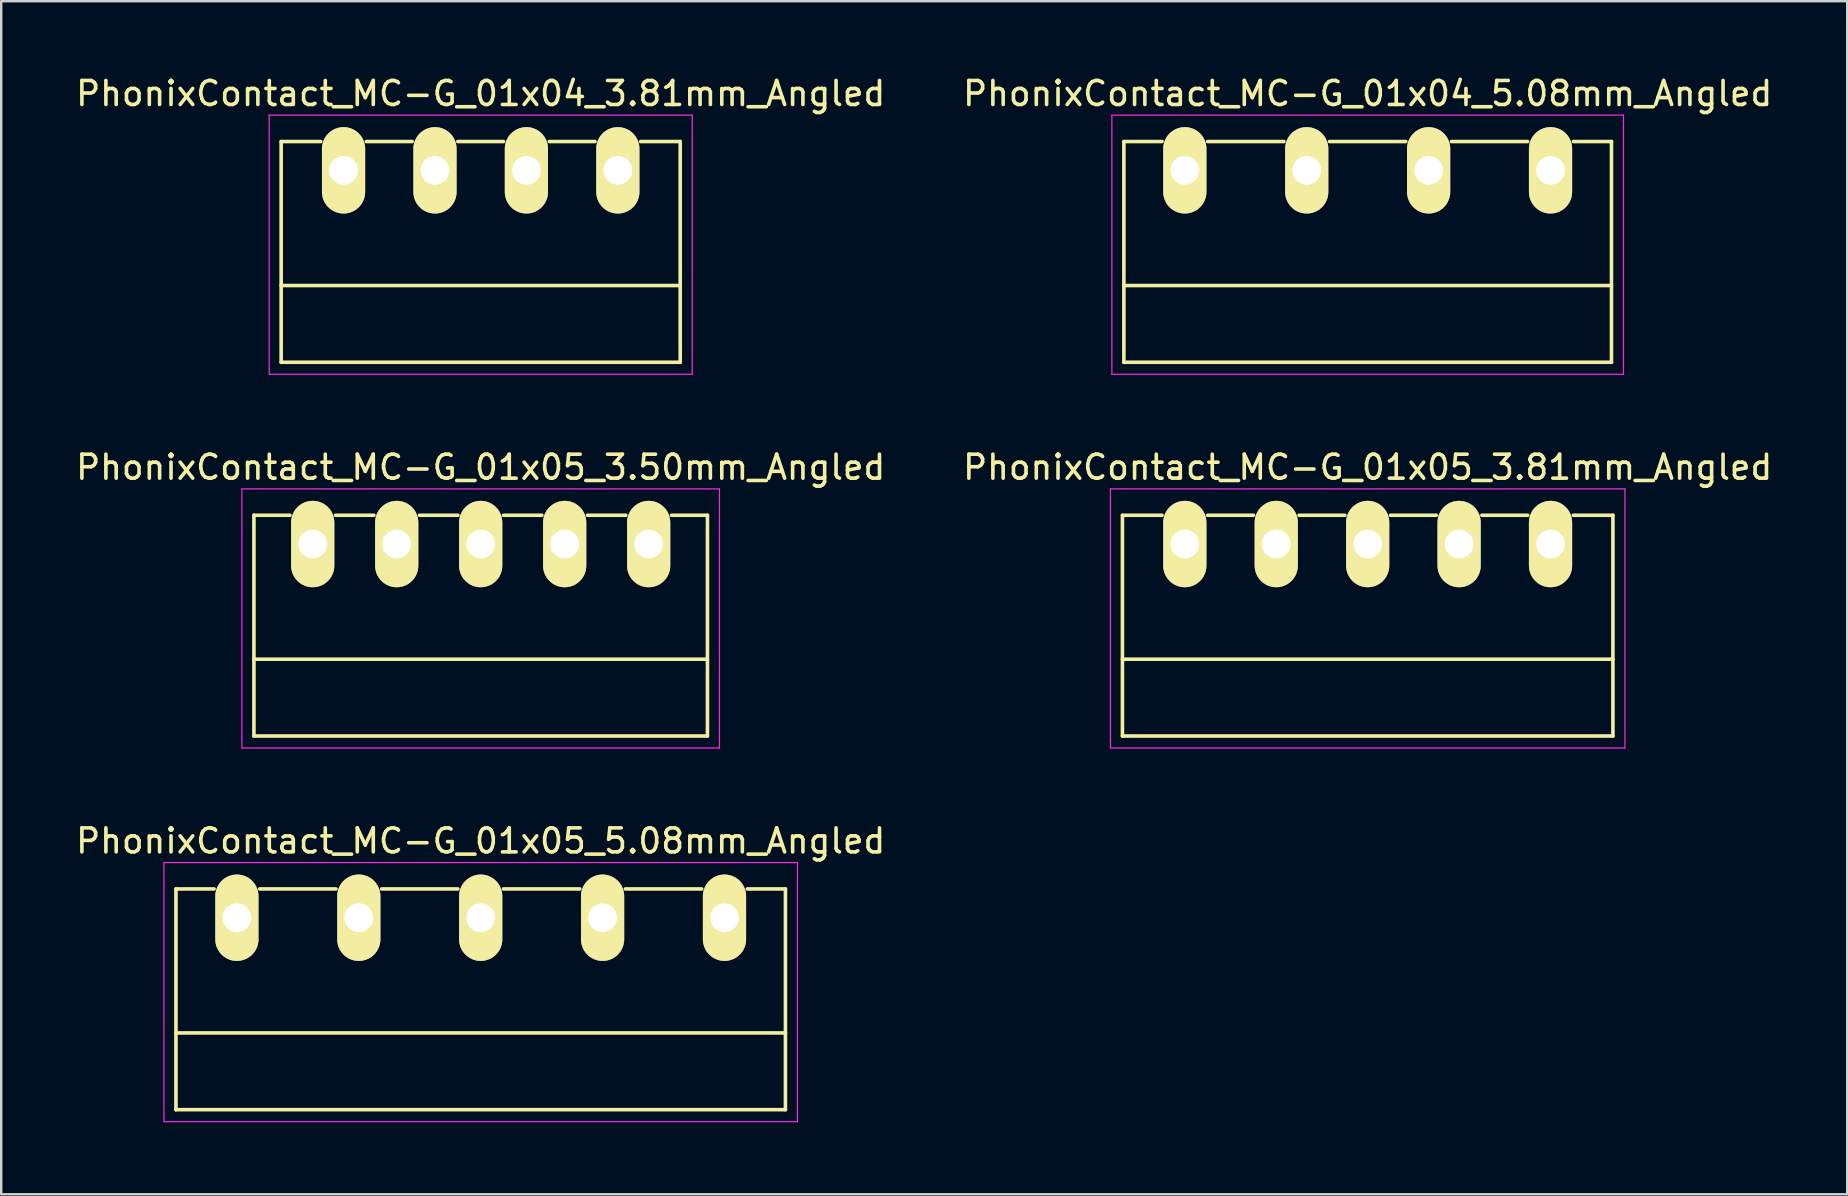
<source format=kicad_pcb>
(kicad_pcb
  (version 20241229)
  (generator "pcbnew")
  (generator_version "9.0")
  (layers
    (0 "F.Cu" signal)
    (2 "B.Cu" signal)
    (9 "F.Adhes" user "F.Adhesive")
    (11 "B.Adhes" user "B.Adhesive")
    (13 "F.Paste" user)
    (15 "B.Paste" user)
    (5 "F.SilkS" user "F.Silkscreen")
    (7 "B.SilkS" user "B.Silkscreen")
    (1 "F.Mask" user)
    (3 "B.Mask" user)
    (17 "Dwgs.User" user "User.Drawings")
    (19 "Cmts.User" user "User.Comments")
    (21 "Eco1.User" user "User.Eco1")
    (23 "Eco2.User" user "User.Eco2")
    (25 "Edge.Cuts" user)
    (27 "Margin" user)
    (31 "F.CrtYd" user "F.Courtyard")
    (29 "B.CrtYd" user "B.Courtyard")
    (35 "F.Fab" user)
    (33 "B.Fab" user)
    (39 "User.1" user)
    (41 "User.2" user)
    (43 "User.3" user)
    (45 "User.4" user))
  (footprint "PhonixContact_MC-G_01x05_3.81mm_Angled"
    (layer "F.Cu")
    (at 46.326 19.622)
    (property "Reference" "PhonixContact_MC-G_01x05_3.81mm_Angled" (at 7.62 -3.2 0) (layer "F.SilkS") (effects (font (size 1 1) (thickness 0.15))))
    (attr through_hole)
    (fp_line (start -2.6 -1.2) (end -2.6 8) (stroke (width 0.15) (type solid)) (layer "F.SilkS"))
    (fp_line (start -2.6 -1.2) (end -0.95 -1.2) (stroke (width 0.15) (type solid)) (layer "F.SilkS"))
    (fp_line (start -2.6 4.8) (end 17.84 4.8) (stroke (width 0.15) (type solid)) (layer "F.SilkS"))
    (fp_line (start -2.6 8) (end 17.84 8) (stroke (width 0.15) (type solid)) (layer "F.SilkS"))
    (fp_line (start 0.95 -1.2) (end 2.86 -1.2) (stroke (width 0.15) (type solid)) (layer "F.SilkS"))
    (fp_line (start 4.76 -1.2) (end 6.67 -1.2) (stroke (width 0.15) (type solid)) (layer "F.SilkS"))
    (fp_line (start 8.57 -1.2) (end 10.48 -1.2) (stroke (width 0.15) (type solid)) (layer "F.SilkS"))
    (fp_line (start 12.38 -1.2) (end 14.29 -1.2) (stroke (width 0.15) (type solid)) (layer "F.SilkS"))
    (fp_line (start 17.84 -1.2) (end 16.19 -1.2) (stroke (width 0.15) (type solid)) (layer "F.SilkS"))
    (fp_line (start 17.84 8) (end 17.84 -1.2) (stroke (width 0.15) (type solid)) (layer "F.SilkS"))
    (fp_line (start -3.1 -2.3) (end -3.1 8.5) (stroke (width 0.05) (type solid)) (layer "F.CrtYd"))
    (fp_line (start -3.1 8.5) (end 18.34 8.5) (stroke (width 0.05) (type solid)) (layer "F.CrtYd"))
    (fp_line (start 18.34 -2.3) (end -3.1 -2.3) (stroke (width 0.05) (type solid)) (layer "F.CrtYd"))
    (fp_line (start 18.34 8.5) (end 18.34 -2.3) (stroke (width 0.05) (type solid)) (layer "F.CrtYd"))
    (pad "1" thru_hole oval (at 0 0) (size 1.8 3.6) (drill 1.2) (layers "*.Cu" "*.Mask" "F.SilkS"))
    (pad "2" thru_hole oval (at 3.81 0) (size 1.8 3.6) (drill 1.2) (layers "*.Cu" "*.Mask" "F.SilkS"))
    (pad "3" thru_hole oval (at 7.62 0) (size 1.8 3.6) (drill 1.2) (layers "*.Cu" "*.Mask" "F.SilkS"))
    (pad "4" thru_hole oval (at 11.43 0) (size 1.8 3.6) (drill 1.2) (layers "*.Cu" "*.Mask" "F.SilkS"))
    (pad "5" thru_hole oval (at 15.24 0) (size 1.8 3.6) (drill 1.2) (layers "*.Cu" "*.Mask" "F.SilkS")))
  (footprint "PhonixContact_MC-G_01x05_3.50mm_Angled"
    (layer "F.Cu")
    (at 9.982 19.622)
    (property "Reference" "PhonixContact_MC-G_01x05_3.50mm_Angled" (at 7 -3.2 0) (layer "F.SilkS") (effects (font (size 1 1) (thickness 0.15))))
    (attr through_hole)
    (fp_line (start -2.45 -1.2) (end -2.45 8) (stroke (width 0.15) (type solid)) (layer "F.SilkS"))
    (fp_line (start -2.45 -1.2) (end -0.95 -1.2) (stroke (width 0.15) (type solid)) (layer "F.SilkS"))
    (fp_line (start -2.45 4.8) (end 16.45 4.8) (stroke (width 0.15) (type solid)) (layer "F.SilkS"))
    (fp_line (start -2.45 8) (end 16.45 8) (stroke (width 0.15) (type solid)) (layer "F.SilkS"))
    (fp_line (start 0.95 -1.2) (end 2.55 -1.2) (stroke (width 0.15) (type solid)) (layer "F.SilkS"))
    (fp_line (start 4.45 -1.2) (end 6.05 -1.2) (stroke (width 0.15) (type solid)) (layer "F.SilkS"))
    (fp_line (start 7.95 -1.2) (end 9.55 -1.2) (stroke (width 0.15) (type solid)) (layer "F.SilkS"))
    (fp_line (start 11.45 -1.2) (end 13.05 -1.2) (stroke (width 0.15) (type solid)) (layer "F.SilkS"))
    (fp_line (start 16.45 -1.2) (end 14.95 -1.2) (stroke (width 0.15) (type solid)) (layer "F.SilkS"))
    (fp_line (start 16.45 8) (end 16.45 -1.2) (stroke (width 0.15) (type solid)) (layer "F.SilkS"))
    (fp_line (start -2.95 -2.3) (end -2.95 8.5) (stroke (width 0.05) (type solid)) (layer "F.CrtYd"))
    (fp_line (start -2.95 8.5) (end 16.95 8.5) (stroke (width 0.05) (type solid)) (layer "F.CrtYd"))
    (fp_line (start 16.95 -2.3) (end -2.95 -2.3) (stroke (width 0.05) (type solid)) (layer "F.CrtYd"))
    (fp_line (start 16.95 8.5) (end 16.95 -2.3) (stroke (width 0.05) (type solid)) (layer "F.CrtYd"))
    (pad "1" thru_hole oval (at 0 0) (size 1.8 3.6) (drill 1.2) (layers "*.Cu" "*.Mask" "F.SilkS"))
    (pad "2" thru_hole oval (at 3.5 0) (size 1.8 3.6) (drill 1.2) (layers "*.Cu" "*.Mask" "F.SilkS"))
    (pad "3" thru_hole oval (at 7 0) (size 1.8 3.6) (drill 1.2) (layers "*.Cu" "*.Mask" "F.SilkS"))
    (pad "4" thru_hole oval (at 10.5 0) (size 1.8 3.6) (drill 1.2) (layers "*.Cu" "*.Mask" "F.SilkS"))
    (pad "5" thru_hole oval (at 14 0) (size 1.8 3.6) (drill 1.2) (layers "*.Cu" "*.Mask" "F.SilkS")))
  (footprint "PhonixContact_MC-G_01x04_3.81mm_Angled"
    (layer "F.Cu")
    (at 11.267 4.048)
    (property "Reference" "PhonixContact_MC-G_01x04_3.81mm_Angled" (at 5.715 -3.2 0) (layer "F.SilkS") (effects (font (size 1 1) (thickness 0.15))))
    (attr through_hole)
    (fp_line (start -2.6 -1.2) (end -2.6 8) (stroke (width 0.15) (type solid)) (layer "F.SilkS"))
    (fp_line (start -2.6 -1.2) (end -0.95 -1.2) (stroke (width 0.15) (type solid)) (layer "F.SilkS"))
    (fp_line (start -2.6 4.8) (end 14.03 4.8) (stroke (width 0.15) (type solid)) (layer "F.SilkS"))
    (fp_line (start -2.6 8) (end 14.03 8) (stroke (width 0.15) (type solid)) (layer "F.SilkS"))
    (fp_line (start 0.95 -1.2) (end 2.86 -1.2) (stroke (width 0.15) (type solid)) (layer "F.SilkS"))
    (fp_line (start 4.76 -1.2) (end 6.67 -1.2) (stroke (width 0.15) (type solid)) (layer "F.SilkS"))
    (fp_line (start 8.57 -1.2) (end 10.48 -1.2) (stroke (width 0.15) (type solid)) (layer "F.SilkS"))
    (fp_line (start 14.03 -1.2) (end 12.38 -1.2) (stroke (width 0.15) (type solid)) (layer "F.SilkS"))
    (fp_line (start 14.03 8) (end 14.03 -1.2) (stroke (width 0.15) (type solid)) (layer "F.SilkS"))
    (fp_line (start -3.1 -2.3) (end -3.1 8.5) (stroke (width 0.05) (type solid)) (layer "F.CrtYd"))
    (fp_line (start -3.1 8.5) (end 14.53 8.5) (stroke (width 0.05) (type solid)) (layer "F.CrtYd"))
    (fp_line (start 14.53 -2.3) (end -3.1 -2.3) (stroke (width 0.05) (type solid)) (layer "F.CrtYd"))
    (fp_line (start 14.53 8.5) (end 14.53 -2.3) (stroke (width 0.05) (type solid)) (layer "F.CrtYd"))
    (pad "1" thru_hole oval (at 0 0) (size 1.8 3.6) (drill 1.2) (layers "*.Cu" "*.Mask" "F.SilkS"))
    (pad "2" thru_hole oval (at 3.81 0) (size 1.8 3.6) (drill 1.2) (layers "*.Cu" "*.Mask" "F.SilkS"))
    (pad "3" thru_hole oval (at 7.62 0) (size 1.8 3.6) (drill 1.2) (layers "*.Cu" "*.Mask" "F.SilkS"))
    (pad "4" thru_hole oval (at 11.43 0) (size 1.8 3.6) (drill 1.2) (layers "*.Cu" "*.Mask" "F.SilkS")))
  (footprint "PhonixContact_MC-G_01x05_5.08mm_Angled"
    (layer "F.Cu")
    (at 6.822 35.195)
    (property "Reference" "PhonixContact_MC-G_01x05_5.08mm_Angled" (at 10.16 -3.2 0) (layer "F.SilkS") (effects (font (size 1 1) (thickness 0.15))))
    (attr through_hole)
    (fp_line (start -2.54 -1.2) (end -2.54 8) (stroke (width 0.15) (type solid)) (layer "F.SilkS"))
    (fp_line (start -2.54 -1.2) (end -0.95 -1.2) (stroke (width 0.15) (type solid)) (layer "F.SilkS"))
    (fp_line (start -2.54 4.8) (end 22.86 4.8) (stroke (width 0.15) (type solid)) (layer "F.SilkS"))
    (fp_line (start -2.54 8) (end 22.86 8) (stroke (width 0.15) (type solid)) (layer "F.SilkS"))
    (fp_line (start 0.95 -1.2) (end 4.13 -1.2) (stroke (width 0.15) (type solid)) (layer "F.SilkS"))
    (fp_line (start 6.03 -1.2) (end 9.21 -1.2) (stroke (width 0.15) (type solid)) (layer "F.SilkS"))
    (fp_line (start 11.11 -1.2) (end 14.29 -1.2) (stroke (width 0.15) (type solid)) (layer "F.SilkS"))
    (fp_line (start 16.19 -1.2) (end 19.37 -1.2) (stroke (width 0.15) (type solid)) (layer "F.SilkS"))
    (fp_line (start 22.86 -1.2) (end 21.27 -1.2) (stroke (width 0.15) (type solid)) (layer "F.SilkS"))
    (fp_line (start 22.86 8) (end 22.86 -1.2) (stroke (width 0.15) (type solid)) (layer "F.SilkS"))
    (fp_line (start -3.04 -2.3) (end -3.04 8.5) (stroke (width 0.05) (type solid)) (layer "F.CrtYd"))
    (fp_line (start -3.04 8.5) (end 23.36 8.5) (stroke (width 0.05) (type solid)) (layer "F.CrtYd"))
    (fp_line (start 23.36 -2.3) (end -3.04 -2.3) (stroke (width 0.05) (type solid)) (layer "F.CrtYd"))
    (fp_line (start 23.36 8.5) (end 23.36 -2.3) (stroke (width 0.05) (type solid)) (layer "F.CrtYd"))
    (pad "1" thru_hole oval (at 0 0) (size 1.8 3.6) (drill 1.2) (layers "*.Cu" "*.Mask" "F.SilkS"))
    (pad "2" thru_hole oval (at 5.08 0) (size 1.8 3.6) (drill 1.2) (layers "*.Cu" "*.Mask" "F.SilkS"))
    (pad "3" thru_hole oval (at 10.16 0) (size 1.8 3.6) (drill 1.2) (layers "*.Cu" "*.Mask" "F.SilkS"))
    (pad "4" thru_hole oval (at 15.24 0) (size 1.8 3.6) (drill 1.2) (layers "*.Cu" "*.Mask" "F.SilkS"))
    (pad "5" thru_hole oval (at 20.32 0) (size 1.8 3.6) (drill 1.2) (layers "*.Cu" "*.Mask" "F.SilkS")))
  (footprint "PhonixContact_MC-G_01x04_5.08mm_Angled"
    (layer "F.Cu")
    (at 46.326 4.048)
    (property "Reference" "PhonixContact_MC-G_01x04_5.08mm_Angled" (at 7.62 -3.2 0) (layer "F.SilkS") (effects (font (size 1 1) (thickness 0.15))))
    (attr through_hole)
    (fp_line (start -2.54 -1.2) (end -2.54 8) (stroke (width 0.15) (type solid)) (layer "F.SilkS"))
    (fp_line (start -2.54 -1.2) (end -0.95 -1.2) (stroke (width 0.15) (type solid)) (layer "F.SilkS"))
    (fp_line (start -2.54 4.8) (end 17.78 4.8) (stroke (width 0.15) (type solid)) (layer "F.SilkS"))
    (fp_line (start -2.54 8) (end 17.78 8) (stroke (width 0.15) (type solid)) (layer "F.SilkS"))
    (fp_line (start 0.95 -1.2) (end 4.13 -1.2) (stroke (width 0.15) (type solid)) (layer "F.SilkS"))
    (fp_line (start 6.03 -1.2) (end 9.21 -1.2) (stroke (width 0.15) (type solid)) (layer "F.SilkS"))
    (fp_line (start 11.11 -1.2) (end 14.29 -1.2) (stroke (width 0.15) (type solid)) (layer "F.SilkS"))
    (fp_line (start 17.78 -1.2) (end 16.19 -1.2) (stroke (width 0.15) (type solid)) (layer "F.SilkS"))
    (fp_line (start 17.78 8) (end 17.78 -1.2) (stroke (width 0.15) (type solid)) (layer "F.SilkS"))
    (fp_line (start -3.04 -2.3) (end -3.04 8.5) (stroke (width 0.05) (type solid)) (layer "F.CrtYd"))
    (fp_line (start -3.04 8.5) (end 18.28 8.5) (stroke (width 0.05) (type solid)) (layer "F.CrtYd"))
    (fp_line (start 18.28 -2.3) (end -3.04 -2.3) (stroke (width 0.05) (type solid)) (layer "F.CrtYd"))
    (fp_line (start 18.28 8.5) (end 18.28 -2.3) (stroke (width 0.05) (type solid)) (layer "F.CrtYd"))
    (pad "1" thru_hole oval (at 0 0) (size 1.8 3.6) (drill 1.2) (layers "*.Cu" "*.Mask" "F.SilkS"))
    (pad "2" thru_hole oval (at 5.08 0) (size 1.8 3.6) (drill 1.2) (layers "*.Cu" "*.Mask" "F.SilkS"))
    (pad "3" thru_hole oval (at 10.16 0) (size 1.8 3.6) (drill 1.2) (layers "*.Cu" "*.Mask" "F.SilkS"))
    (pad "4" thru_hole oval (at 15.24 0) (size 1.8 3.6) (drill 1.2) (layers "*.Cu" "*.Mask" "F.SilkS")))
  (gr_rect
    (start -3 -3)
    (end 73.929 46.72)
    (stroke (width 0.1) (type default))
    (fill no)
    (layer "Edge.Cuts")))
</source>
